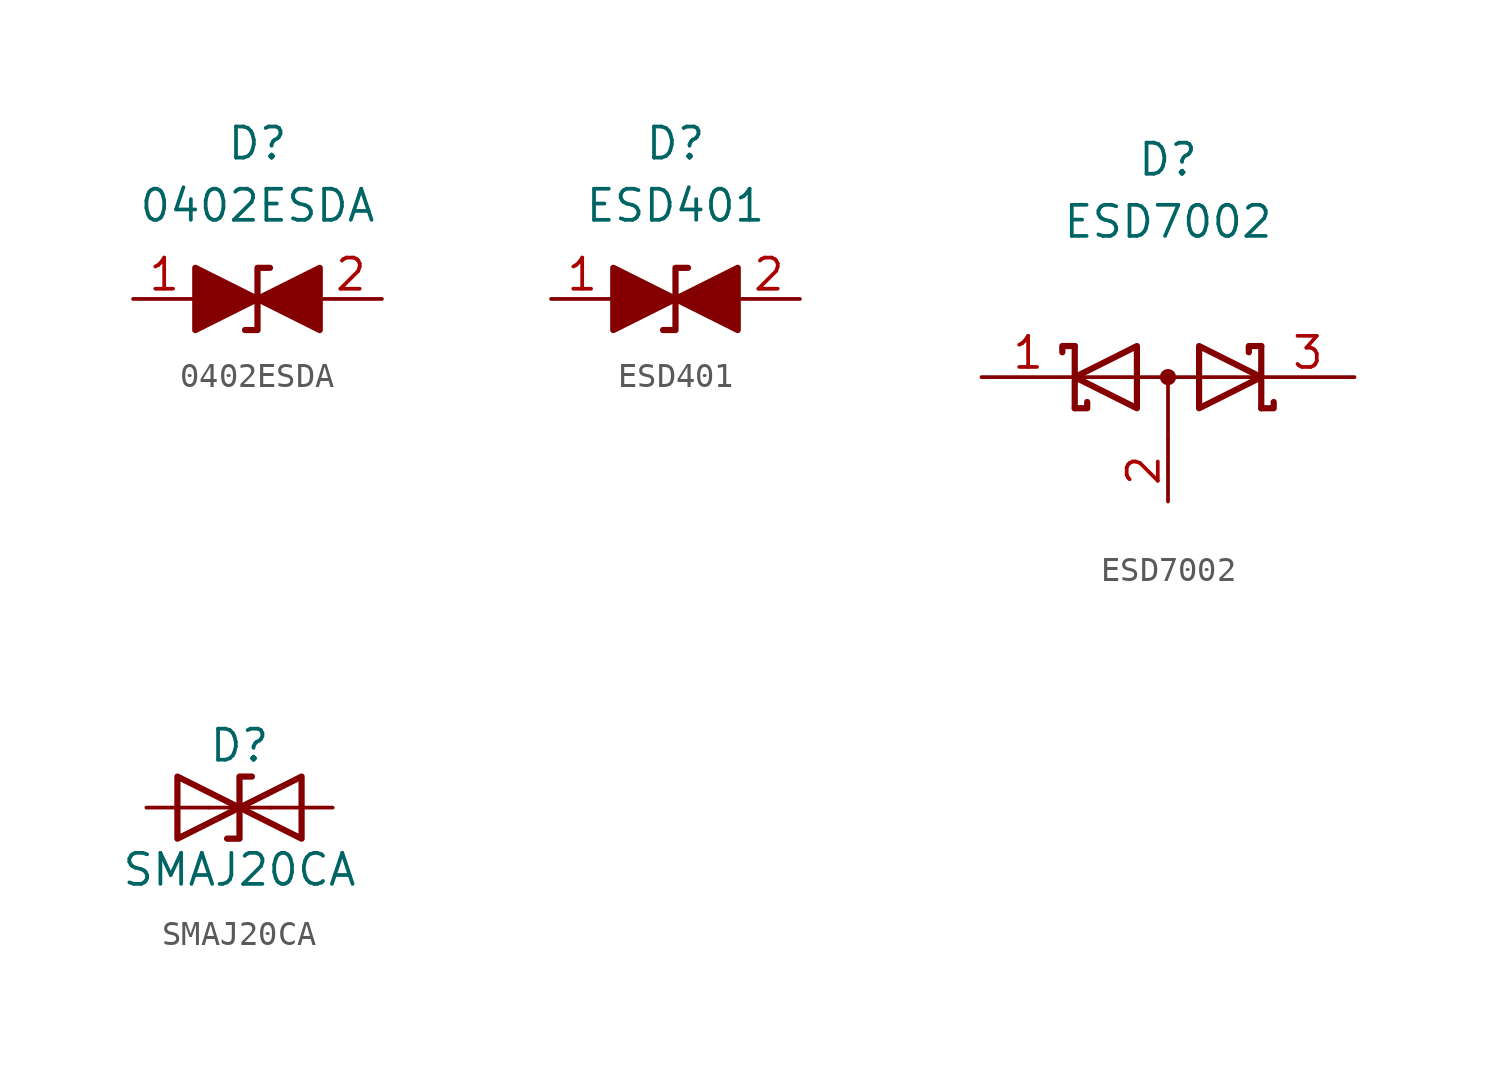
<source format=kicad_sym>
(kicad_symbol_lib
  (version 20211014)
  (generator kicad_symbol_editor)
  (symbol "0402ESDA"
    (pin_names
      (offset 1.016) hide)
    (property "Reference" "D"
      (at 0 6.35 0)
      (effects (font (size 1.27 1.27))))
    (property "Value" "0402ESDA"
      (at 0 3.81 0)
      (effects (font (size 1.27 1.27))))
    (symbol "0402ESDA_1_1"
      (polyline (pts (xy 1.27 0) (xy -1.27 0)) (stroke (width 0) (type default) (color 0 0 0 0)) (fill (type none)))
      (polyline (pts (xy -2.54 -1.27) (xy 0 0) (xy -2.54 1.27) (xy -2.54 -1.27)) (stroke (width 0.254) (type default) (color 0 0 0 0)) (fill (type outline)))
      (polyline (pts (xy 0.508 1.27) (xy 0 1.27) (xy 0 -1.27) (xy -0.508 -1.27)) (stroke (width 0.254) (type default) (color 0 0 0 0)) (fill (type none)))
      (polyline (pts (xy 2.54 1.27) (xy 2.54 -1.27) (xy 0 0) (xy 2.54 1.27)) (stroke (width 0.254) (type default) (color 0 0 0 0)) (fill (type outline)))
      (pin passive line (at -5.08 0 0) (length 2.54) (name "A1" (effects (font (size 1.27 1.27)))) (number "1" (effects (font (size 1.27 1.27)))))
      (pin passive line (at 5.08 0 180) (length 2.54) (name "A2" (effects (font (size 1.27 1.27)))) (number "2" (effects (font (size 1.27 1.27)))))))
  (symbol "ESD401"
    (pin_names
      (offset 1.016) hide)
    (property "Reference" "D"
      (at 0 6.35 0)
      (effects (font (size 1.27 1.27))))
    (property "Value" "ESD401"
      (at 0 3.81 0)
      (effects (font (size 1.27 1.27))))
    (symbol "ESD401_1_1"
      (polyline (pts (xy 1.27 0) (xy -1.27 0)) (stroke (width 0) (type default) (color 0 0 0 0)) (fill (type none)))
      (polyline (pts (xy -2.54 -1.27) (xy 0 0) (xy -2.54 1.27) (xy -2.54 -1.27)) (stroke (width 0.254) (type default) (color 0 0 0 0)) (fill (type outline)))
      (polyline (pts (xy 0.508 1.27) (xy 0 1.27) (xy 0 -1.27) (xy -0.508 -1.27)) (stroke (width 0.254) (type default) (color 0 0 0 0)) (fill (type none)))
      (polyline (pts (xy 2.54 1.27) (xy 2.54 -1.27) (xy 0 0) (xy 2.54 1.27)) (stroke (width 0.254) (type default) (color 0 0 0 0)) (fill (type outline)))
      (pin passive line (at -5.08 0 0) (length 2.54) (name "A1" (effects (font (size 1.27 1.27)))) (number "1" (effects (font (size 1.27 1.27)))))
      (pin passive line (at 5.08 0 180) (length 2.54) (name "A2" (effects (font (size 1.27 1.27)))) (number "2" (effects (font (size 1.27 1.27)))))))
  (symbol "ESD7002"
    (pin_names
      (offset 0.762) hide)
    (property "Reference" "D"
      (at 0 8.89 0)
      (effects (font (size 1.27 1.27))))
    (property "Value" "ESD7002"
      (at 0 6.35 0)
      (effects (font (size 1.27 1.27))))
    (symbol "ESD7002_0_1"
      (polyline (pts (xy -3.556 0) (xy 3.81 0)) (stroke (width 0) (type default) (color 0 0 0 0)) (fill (type none)))
      (polyline (pts (xy 0 0) (xy 0 -2.54)) (stroke (width 0) (type default) (color 0 0 0 0)) (fill (type none)))
      (polyline (pts (xy -3.81 1.27) (xy -3.81 -1.27) (xy -3.81 -1.27)) (stroke (width 0.254) (type default) (color 0 0 0 0)) (fill (type none)))
      (polyline (pts (xy 3.81 1.27) (xy 3.81 -1.27) (xy 3.81 -1.27)) (stroke (width 0.254) (type default) (color 0 0 0 0)) (fill (type none)))
      (polyline (pts (xy -3.81 1.27) (xy -4.318 1.27) (xy -4.318 1.016) (xy -4.318 1.016)) (stroke (width 0.254) (type default) (color 0 0 0 0)) (fill (type none)))
      (polyline (pts (xy 3.81 -1.27) (xy 4.318 -1.27) (xy 4.318 -1.016) (xy 4.318 -1.016)) (stroke (width 0.254) (type default) (color 0 0 0 0)) (fill (type none)))
      (polyline (pts (xy 3.81 1.27) (xy 3.302 1.27) (xy 3.302 1.016) (xy 3.302 1.016)) (stroke (width 0.254) (type default) (color 0 0 0 0)) (fill (type none)))
      (polyline (pts (xy -3.302 -1.016) (xy -3.302 -1.27) (xy -3.81 -1.27) (xy -3.81 -1.27) (xy -3.81 -1.27)) (stroke (width 0.254) (type default) (color 0 0 0 0)) (fill (type none)))
      (polyline (pts (xy -1.27 -1.27) (xy -3.81 0) (xy -1.27 1.27) (xy -1.27 -1.27) (xy -1.27 -1.27) (xy -1.27 -1.27)) (stroke (width 0.254) (type default) (color 0 0 0 0)) (fill (type none)))
      (polyline (pts (xy 1.27 1.27) (xy 3.81 0) (xy 1.27 -1.27) (xy 1.27 1.27) (xy 1.27 1.27) (xy 1.27 1.27)) (stroke (width 0.254) (type default) (color 0 0 0 0)) (fill (type none)))
      (circle (center 0 0) (radius 0.254) (stroke (width 0) (type default) (color 0 0 0 0)) (fill (type outline)))
      (pin passive line (at -7.62 0 0) (length 3.81) (name "K" (effects (font (size 1.27 1.27)))) (number "1" (effects (font (size 1.27 1.27)))))
      (pin passive line (at 0 -5.08 90) (length 2.54) (name "A" (effects (font (size 1.27 1.27)))) (number "2" (effects (font (size 1.27 1.27)))))
      (pin passive line (at 7.62 0 180) (length 3.81) (name "K" (effects (font (size 1.27 1.27)))) (number "3" (effects (font (size 1.27 1.27)))))))
  (symbol "SMAJ20CA"
    (pin_numbers hide)
    (pin_names
      (offset 1.016) hide)
    (property "Reference" "D"
      (at 0 2.54 0)
      (effects (font (size 1.27 1.27))))
    (property "Value" "SMAJ20CA"
      (at 0 -2.54 0)
      (effects (font (size 1.27 1.27))))
    (symbol "SMAJ20CA_0_1"
      (polyline (pts (xy 1.27 0) (xy -1.27 0)) (stroke (width 0) (type default) (color 0 0 0 0)) (fill (type none)))
      (polyline (pts (xy 0.508 1.27) (xy 0 1.27) (xy 0 -1.27) (xy -0.508 -1.27)) (stroke (width 0.254) (type default) (color 0 0 0 0)) (fill (type none)))
      (polyline (pts (xy -2.54 1.27) (xy -2.54 -1.27) (xy 2.54 1.27) (xy 2.54 -1.27) (xy -2.54 1.27)) (stroke (width 0.254) (type default) (color 0 0 0 0)) (fill (type none))))
    (symbol "SMAJ20CA_1_1"
      (pin passive line (at -3.81 0 0) (length 2.54) (name "A1" (effects (font (size 1.27 1.27)))) (number "1" (effects (font (size 1.27 1.27)))))
      (pin passive line (at 3.81 0 180) (length 2.54) (name "A2" (effects (font (size 1.27 1.27)))) (number "2" (effects (font (size 1.27 1.27))))))))
</source>
